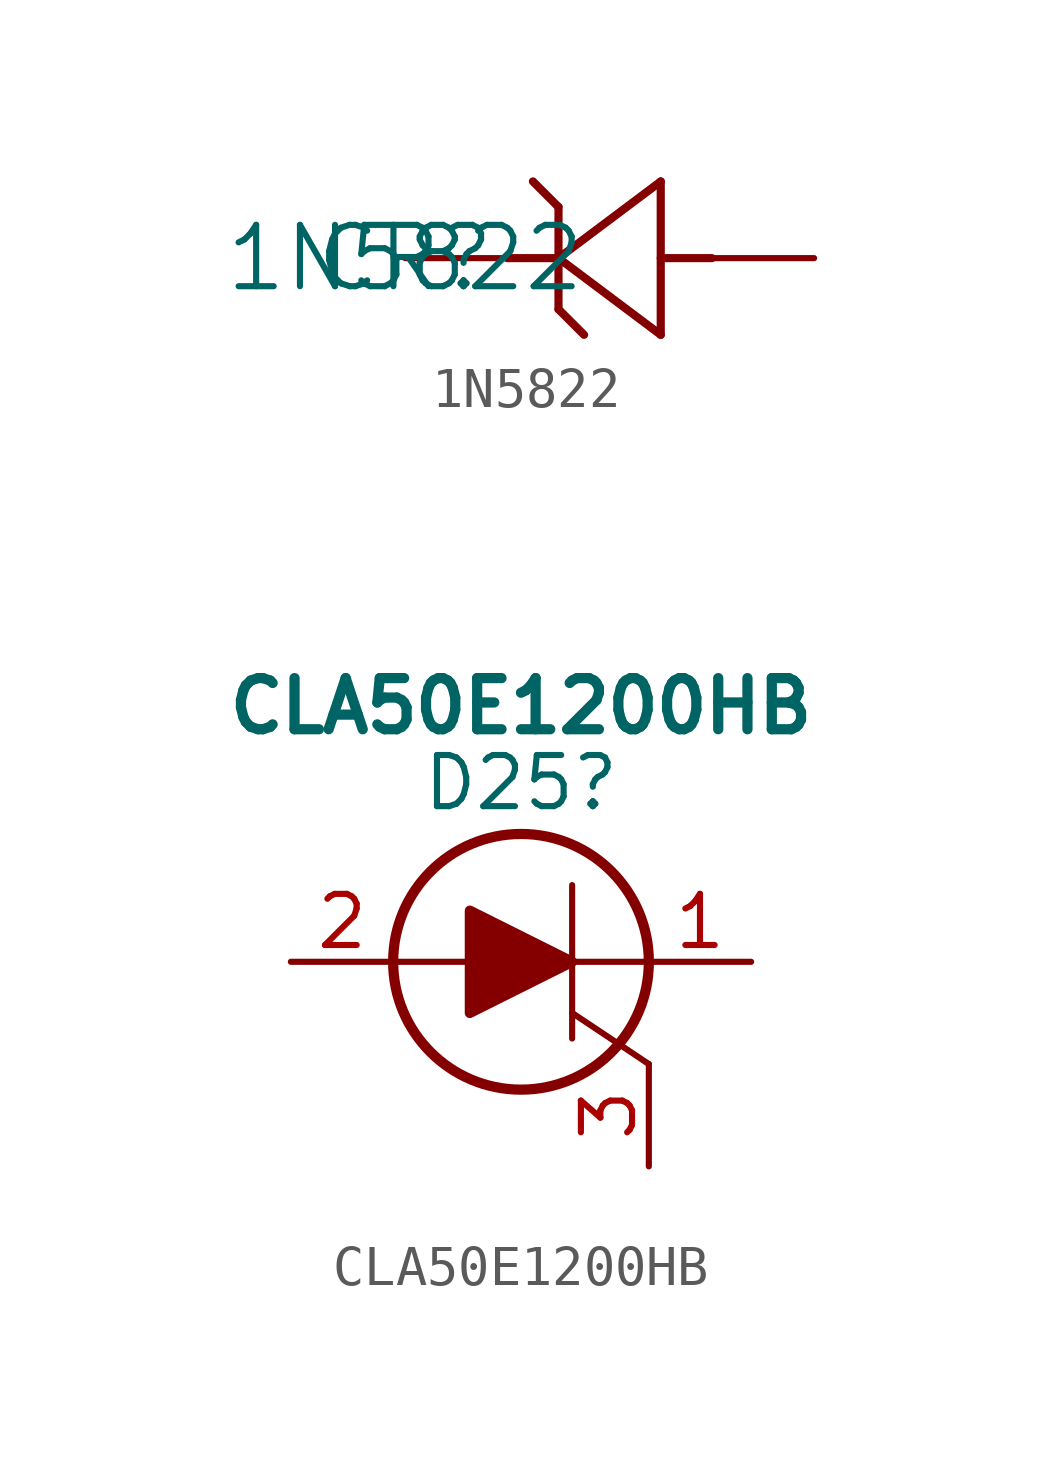
<source format=kicad_sym>
(kicad_symbol_lib
  (version 20231120)
  (generator "kicad_symbol_editor")
  (generator_version "8.0")
  (symbol "1N5822"
    (pin_numbers hide)
    (pin_names
      (offset 0.254))
    (property "Reference" "CR"
      (at 0 0 0)
      (effects (font (size 1.524 1.524))))
    (property "Value" "1N5822"
      (at 0 0 0)
      (effects (font (size 1.524 1.524))))
    (symbol "1N5822_0_1"
      (polyline (pts (xy 2.54 0) (xy 3.81 0)) (stroke (width 0.203) (type default)) (fill (type none)))
      (polyline (pts (xy 3.175 1.905) (xy 3.81 1.27)) (stroke (width 0.203) (type default)) (fill (type none)))
      (polyline (pts (xy 3.81 -1.27) (xy 4.445 -1.905)) (stroke (width 0.203) (type default)) (fill (type none)))
      (polyline (pts (xy 3.81 0) (xy 6.35 -1.905)) (stroke (width 0.203) (type default)) (fill (type none)))
      (polyline (pts (xy 3.81 1.27) (xy 3.81 -1.27)) (stroke (width 0.203) (type default)) (fill (type none)))
      (polyline (pts (xy 6.35 -1.905) (xy 6.35 1.905)) (stroke (width 0.203) (type default)) (fill (type none)))
      (polyline (pts (xy 6.35 1.905) (xy 3.81 0)) (stroke (width 0.203) (type default)) (fill (type none)))
      (polyline (pts (xy 7.62 0) (xy 6.35 0)) (stroke (width 0.203) (type default)) (fill (type none))))
    (symbol "1N5822_1_1"
      (pin unspecified line (at 0 0 0) (length 2.54) (name "" (effects (font (size 1.27 1.27)))) (number "1" (effects (font (size 1.27 1.27)))))
      (pin unspecified line (at 10.16 0 180) (length 2.54) (name "" (effects (font (size 1.27 1.27)))) (number "2" (effects (font (size 1.27 1.27)))))))
  (symbol "CLA50E1200HB"
    (pin_names
      (offset 0.762))
    (property "Reference" "D25"
      (at 7.62 4.445 0)
      (effects (font (size 1.27 1.27))))
    (property "Value" "CLA50E1200HB"
      (at 7.62 6.35 0)
      (effects (font (size 1.27 1.27) (bold yes))))
    (symbol "CLA50E1200HB_0_0"
      (pin passive line (at 10.795 -5.08 90) (length 2.54) (name "~" (effects (font (size 1.27 1.27)))) (number "3" (effects (font (size 1.27 1.27))))))
    (symbol "CLA50E1200HB_0_1"
      (polyline (pts (xy 4.445 0) (xy 6.35 0)) (stroke (width 0.152) (type solid)) (fill (type none)))
      (polyline (pts (xy 6.985 0) (xy 10.795 0)) (stroke (width 0.152) (type solid)) (fill (type none)))
      (polyline (pts (xy 8.89 -1.905) (xy 8.89 1.905)) (stroke (width 0.152) (type solid)) (fill (type none)))
      (polyline (pts (xy 8.89 -1.27) (xy 10.795 -2.54)) (stroke (width 0.152) (type solid)) (fill (type none)))
      (polyline (pts (xy 8.89 0) (xy 6.35 1.27) (xy 6.35 -1.27) (xy 8.89 0)) (stroke (width 0.254) (type solid)) (fill (type outline)))
      (circle (center 7.62 0) (radius 3.175) (stroke (width 0.254) (type solid)) (fill (type none))))
    (symbol "CLA50E1200HB_1_0"
      (pin passive line (at 13.335 0 180) (length 2.54) (name "~" (effects (font (size 1.27 1.27)))) (number "1" (effects (font (size 1.27 1.27)))))
      (pin passive line (at 1.905 0 0) (length 2.54) (name "~" (effects (font (size 1.27 1.27)))) (number "2" (effects (font (size 1.27 1.27))))))))
</source>
